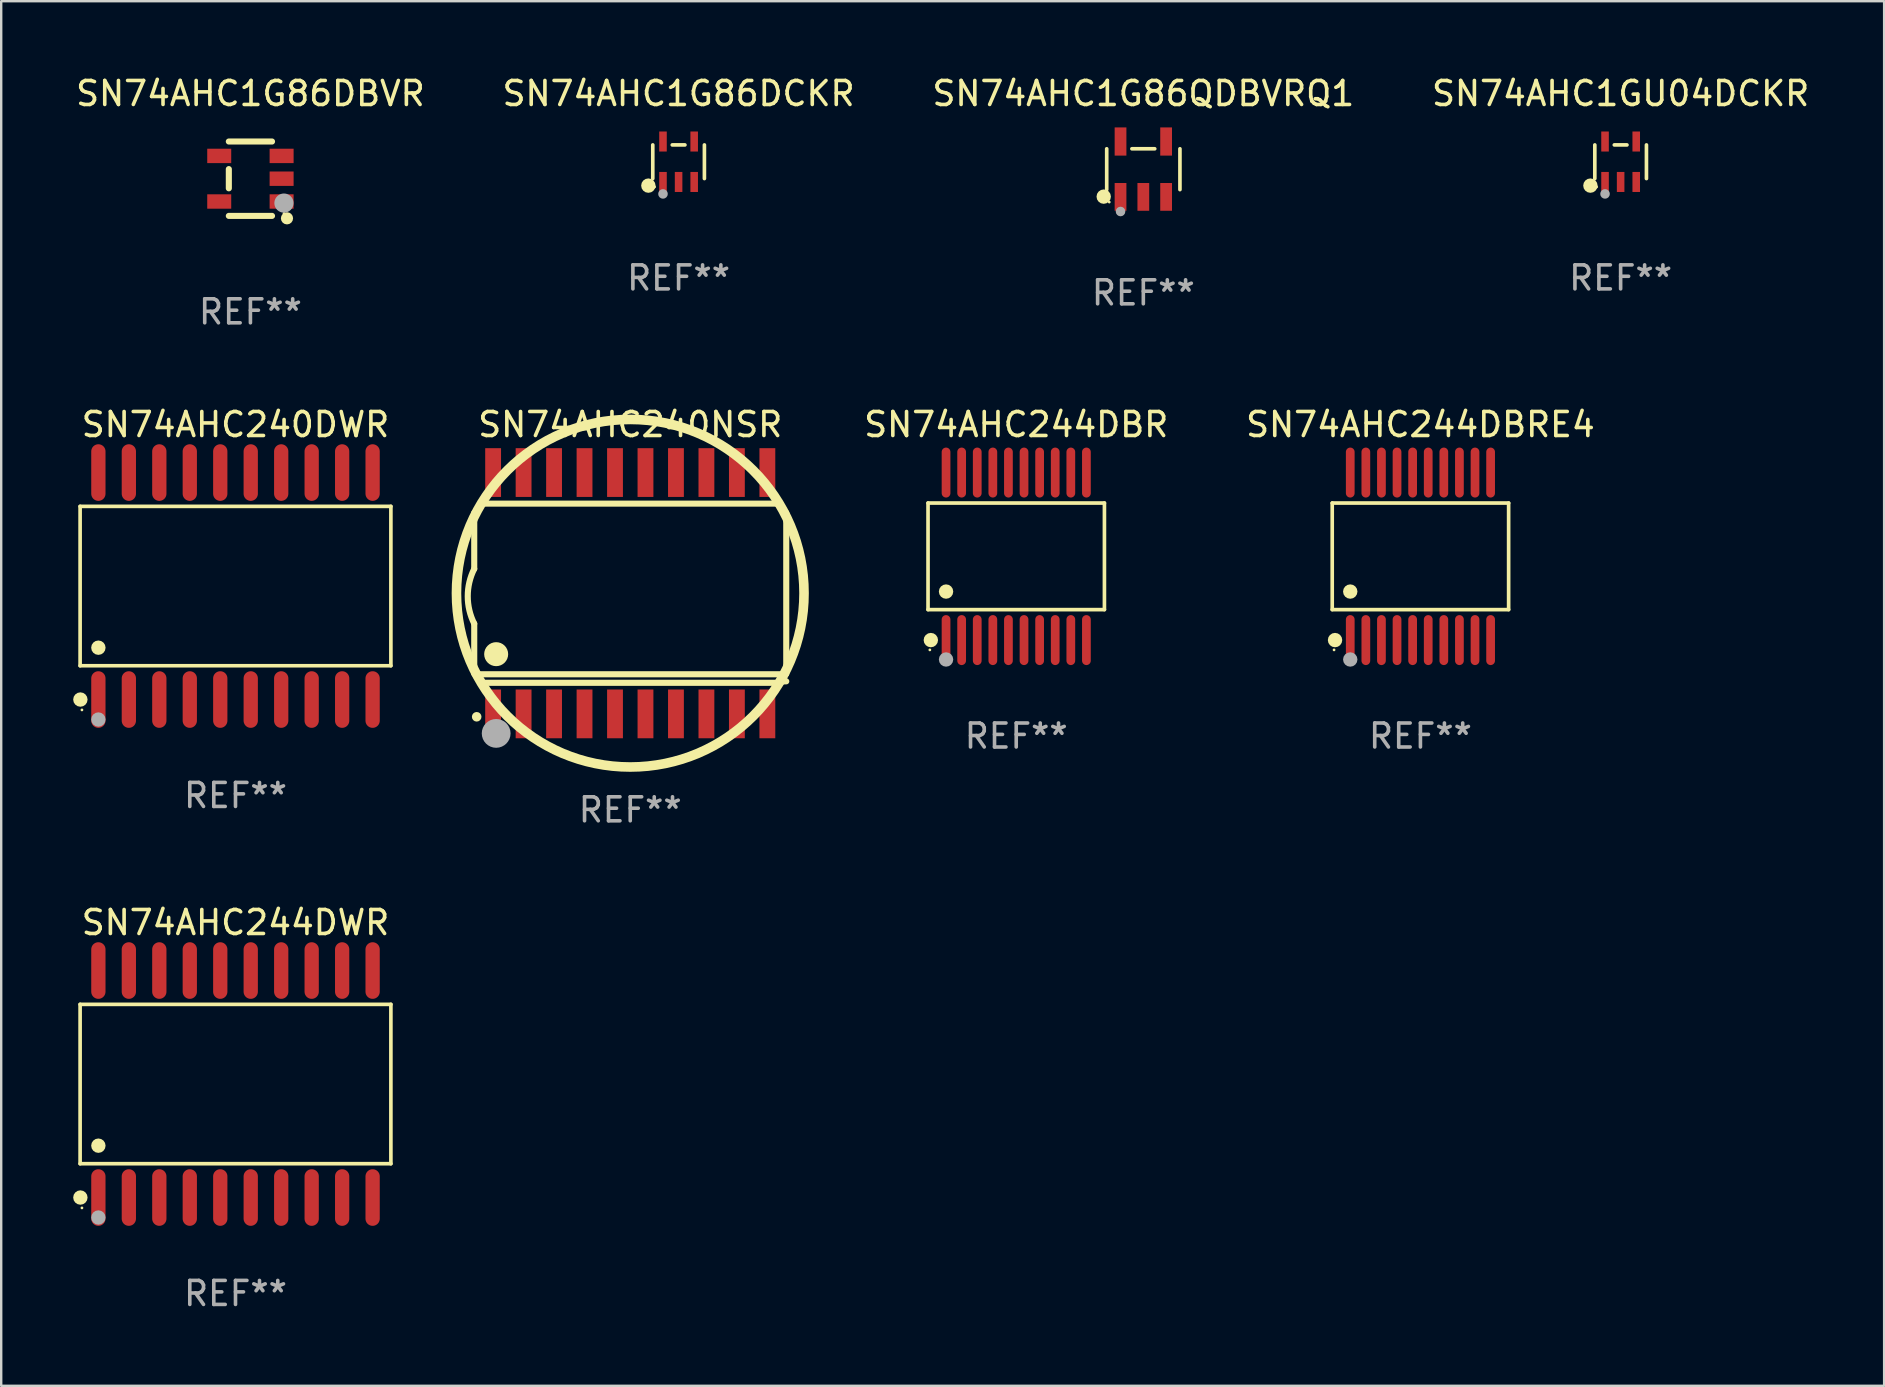
<source format=kicad_pcb>
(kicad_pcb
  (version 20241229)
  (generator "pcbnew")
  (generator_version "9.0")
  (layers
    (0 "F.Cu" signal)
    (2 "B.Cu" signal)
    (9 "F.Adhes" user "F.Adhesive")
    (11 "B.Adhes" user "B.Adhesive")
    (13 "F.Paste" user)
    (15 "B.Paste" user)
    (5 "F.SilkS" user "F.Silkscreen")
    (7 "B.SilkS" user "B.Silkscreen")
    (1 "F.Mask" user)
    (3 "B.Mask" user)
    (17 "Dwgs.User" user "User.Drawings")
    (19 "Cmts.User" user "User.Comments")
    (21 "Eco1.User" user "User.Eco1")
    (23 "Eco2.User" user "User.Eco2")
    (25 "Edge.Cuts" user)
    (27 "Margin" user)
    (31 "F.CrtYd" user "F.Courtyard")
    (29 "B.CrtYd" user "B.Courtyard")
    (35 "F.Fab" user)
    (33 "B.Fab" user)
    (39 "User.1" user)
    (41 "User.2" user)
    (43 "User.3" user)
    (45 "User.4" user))
  (footprint "SN74AHC244DBR"
    (layer "F.Cu")
    (at 39.304 20.136)
    (property "Reference" "SN74AHC244DBR" (at 0 -5.491 0) (layer "F.SilkS") (effects (font (size 1 1) (thickness 0.15))))
    (attr through_hole)
    (fp_line (start -3.676 -2.221) (end 3.676 -2.221) (stroke (width 0.152) (type solid)) (layer "F.SilkS"))
    (fp_line (start -3.676 2.221) (end -3.676 -2.221) (stroke (width 0.152) (type solid)) (layer "F.SilkS"))
    (fp_line (start 3.676 -2.221) (end 3.676 2.221) (stroke (width 0.152) (type solid)) (layer "F.SilkS"))
    (fp_line (start 3.676 2.221) (end -3.676 2.221) (stroke (width 0.152) (type solid)) (layer "F.SilkS"))
    (fp_circle (center -3.6 3.9) (end -3.57 3.9) (stroke (width 0.06) (type solid)) (fill no) (layer "F.SilkS"))
    (fp_circle (center -3.559 3.491) (end -3.409 3.491) (stroke (width 0.3) (type solid)) (fill no) (layer "F.SilkS"))
    (fp_circle (center -2.925 1.469) (end -2.775 1.469) (stroke (width 0.3) (type solid)) (fill no) (layer "F.SilkS"))
    (fp_circle (center -2.925 4.3) (end -2.775 4.3) (stroke (width 0.3) (type solid)) (fill no) (layer "F.Fab"))
    (fp_text user "REF**" (at 0 7.491 0) (layer "F.Fab") (effects (font (size 1 1) (thickness 0.15))))
    (pad "1" smd oval (at -2.925 3.491) (size 0.364 2.082) (layers "F.Cu" "F.Mask" "F.Paste"))
    (pad "2" smd oval (at -2.275 3.491) (size 0.364 2.082) (layers "F.Cu" "F.Mask" "F.Paste"))
    (pad "3" smd oval (at -1.625 3.491) (size 0.364 2.082) (layers "F.Cu" "F.Mask" "F.Paste"))
    (pad "4" smd oval (at -0.975 3.491) (size 0.364 2.082) (layers "F.Cu" "F.Mask" "F.Paste"))
    (pad "5" smd oval (at -0.325 3.491) (size 0.364 2.082) (layers "F.Cu" "F.Mask" "F.Paste"))
    (pad "6" smd oval (at 0.325 3.491) (size 0.364 2.082) (layers "F.Cu" "F.Mask" "F.Paste"))
    (pad "7" smd oval (at 0.975 3.491) (size 0.364 2.082) (layers "F.Cu" "F.Mask" "F.Paste"))
    (pad "8" smd oval (at 1.625 3.491) (size 0.364 2.082) (layers "F.Cu" "F.Mask" "F.Paste"))
    (pad "9" smd oval (at 2.275 3.491) (size 0.364 2.082) (layers "F.Cu" "F.Mask" "F.Paste"))
    (pad "10" smd oval (at 2.925 3.491) (size 0.364 2.082) (layers "F.Cu" "F.Mask" "F.Paste"))
    (pad "11" smd oval (at 2.925 -3.491) (size 0.364 2.082) (layers "F.Cu" "F.Mask" "F.Paste"))
    (pad "12" smd oval (at 2.275 -3.491) (size 0.364 2.082) (layers "F.Cu" "F.Mask" "F.Paste"))
    (pad "13" smd oval (at 1.625 -3.491) (size 0.364 2.082) (layers "F.Cu" "F.Mask" "F.Paste"))
    (pad "14" smd oval (at 0.975 -3.491) (size 0.364 2.082) (layers "F.Cu" "F.Mask" "F.Paste"))
    (pad "15" smd oval (at 0.325 -3.491) (size 0.364 2.082) (layers "F.Cu" "F.Mask" "F.Paste"))
    (pad "16" smd oval (at -0.325 -3.491) (size 0.364 2.082) (layers "F.Cu" "F.Mask" "F.Paste"))
    (pad "17" smd oval (at -0.975 -3.491) (size 0.364 2.082) (layers "F.Cu" "F.Mask" "F.Paste"))
    (pad "18" smd oval (at -1.625 -3.491) (size 0.364 2.082) (layers "F.Cu" "F.Mask" "F.Paste"))
    (pad "19" smd oval (at -2.275 -3.491) (size 0.364 2.082) (layers "F.Cu" "F.Mask" "F.Paste"))
    (pad "20" smd oval (at -2.925 -3.491) (size 0.364 2.082) (layers "F.Cu" "F.Mask" "F.Paste")))
  (footprint "SN74AHC240DWR"
    (layer "F.Cu")
    (at 6.765 21.375)
    (property "Reference" "SN74AHC240DWR" (at 0 -6.73 0) (layer "F.SilkS") (effects (font (size 1 1) (thickness 0.15))))
    (attr through_hole)
    (fp_line (start -6.476 -3.321) (end 6.476 -3.321) (stroke (width 0.152) (type solid)) (layer "F.SilkS"))
    (fp_line (start -6.476 3.321) (end -6.476 -3.321) (stroke (width 0.152) (type solid)) (layer "F.SilkS"))
    (fp_line (start 6.476 -3.321) (end 6.476 3.321) (stroke (width 0.152) (type solid)) (layer "F.SilkS"))
    (fp_line (start 6.476 3.321) (end -6.476 3.321) (stroke (width 0.152) (type solid)) (layer "F.SilkS"))
    (fp_circle (center -6.465 4.73) (end -6.315 4.73) (stroke (width 0.3) (type solid)) (fill no) (layer "F.SilkS"))
    (fp_circle (center -6.4 5.163) (end -6.37 5.163) (stroke (width 0.06) (type solid)) (fill no) (layer "F.SilkS"))
    (fp_circle (center -5.715 2.569) (end -5.565 2.569) (stroke (width 0.3) (type solid)) (fill no) (layer "F.SilkS"))
    (fp_circle (center -5.715 5.563) (end -5.565 5.563) (stroke (width 0.3) (type solid)) (fill no) (layer "F.Fab"))
    (fp_text user "REF**" (at 0 8.73 0) (layer "F.Fab") (effects (font (size 1 1) (thickness 0.15))))
    (pad "1" smd oval (at -5.715 4.73) (size 0.595 2.36) (layers "F.Cu" "F.Mask" "F.Paste"))
    (pad "2" smd oval (at -4.445 4.73) (size 0.595 2.36) (layers "F.Cu" "F.Mask" "F.Paste"))
    (pad "3" smd oval (at -3.175 4.73) (size 0.595 2.36) (layers "F.Cu" "F.Mask" "F.Paste"))
    (pad "4" smd oval (at -1.905 4.73) (size 0.595 2.36) (layers "F.Cu" "F.Mask" "F.Paste"))
    (pad "5" smd oval (at -0.635 4.73) (size 0.595 2.36) (layers "F.Cu" "F.Mask" "F.Paste"))
    (pad "6" smd oval (at 0.635 4.73) (size 0.595 2.36) (layers "F.Cu" "F.Mask" "F.Paste"))
    (pad "7" smd oval (at 1.905 4.73) (size 0.595 2.36) (layers "F.Cu" "F.Mask" "F.Paste"))
    (pad "8" smd oval (at 3.175 4.73) (size 0.595 2.36) (layers "F.Cu" "F.Mask" "F.Paste"))
    (pad "9" smd oval (at 4.445 4.73) (size 0.595 2.36) (layers "F.Cu" "F.Mask" "F.Paste"))
    (pad "10" smd oval (at 5.715 4.73) (size 0.595 2.36) (layers "F.Cu" "F.Mask" "F.Paste"))
    (pad "11" smd oval (at 5.715 -4.73) (size 0.595 2.36) (layers "F.Cu" "F.Mask" "F.Paste"))
    (pad "12" smd oval (at 4.445 -4.73) (size 0.595 2.36) (layers "F.Cu" "F.Mask" "F.Paste"))
    (pad "13" smd oval (at 3.175 -4.73) (size 0.595 2.36) (layers "F.Cu" "F.Mask" "F.Paste"))
    (pad "14" smd oval (at 1.905 -4.73) (size 0.595 2.36) (layers "F.Cu" "F.Mask" "F.Paste"))
    (pad "15" smd oval (at 0.635 -4.73) (size 0.595 2.36) (layers "F.Cu" "F.Mask" "F.Paste"))
    (pad "16" smd oval (at -0.635 -4.73) (size 0.595 2.36) (layers "F.Cu" "F.Mask" "F.Paste"))
    (pad "17" smd oval (at -1.905 -4.73) (size 0.595 2.36) (layers "F.Cu" "F.Mask" "F.Paste"))
    (pad "18" smd oval (at -3.175 -4.73) (size 0.595 2.36) (layers "F.Cu" "F.Mask" "F.Paste"))
    (pad "19" smd oval (at -4.445 -4.73) (size 0.595 2.36) (layers "F.Cu" "F.Mask" "F.Paste"))
    (pad "20" smd oval (at -5.715 -4.73) (size 0.595 2.36) (layers "F.Cu" "F.Mask" "F.Paste")))
  (footprint "SN74AHC244DWR"
    (layer "F.Cu")
    (at 6.765 42.13)
    (property "Reference" "SN74AHC244DWR" (at 0 -6.73 0) (layer "F.SilkS") (effects (font (size 1 1) (thickness 0.15))))
    (attr through_hole)
    (fp_line (start -6.476 -3.321) (end 6.476 -3.321) (stroke (width 0.152) (type solid)) (layer "F.SilkS"))
    (fp_line (start -6.476 3.321) (end -6.476 -3.321) (stroke (width 0.152) (type solid)) (layer "F.SilkS"))
    (fp_line (start 6.476 -3.321) (end 6.476 3.321) (stroke (width 0.152) (type solid)) (layer "F.SilkS"))
    (fp_line (start 6.476 3.321) (end -6.476 3.321) (stroke (width 0.152) (type solid)) (layer "F.SilkS"))
    (fp_circle (center -6.465 4.73) (end -6.315 4.73) (stroke (width 0.3) (type solid)) (fill no) (layer "F.SilkS"))
    (fp_circle (center -6.4 5.163) (end -6.37 5.163) (stroke (width 0.06) (type solid)) (fill no) (layer "F.SilkS"))
    (fp_circle (center -5.715 2.569) (end -5.565 2.569) (stroke (width 0.3) (type solid)) (fill no) (layer "F.SilkS"))
    (fp_circle (center -5.715 5.563) (end -5.565 5.563) (stroke (width 0.3) (type solid)) (fill no) (layer "F.Fab"))
    (fp_text user "REF**" (at 0 8.73 0) (layer "F.Fab") (effects (font (size 1 1) (thickness 0.15))))
    (pad "1" smd oval (at -5.715 4.73) (size 0.595 2.36) (layers "F.Cu" "F.Mask" "F.Paste"))
    (pad "2" smd oval (at -4.445 4.73) (size 0.595 2.36) (layers "F.Cu" "F.Mask" "F.Paste"))
    (pad "3" smd oval (at -3.175 4.73) (size 0.595 2.36) (layers "F.Cu" "F.Mask" "F.Paste"))
    (pad "4" smd oval (at -1.905 4.73) (size 0.595 2.36) (layers "F.Cu" "F.Mask" "F.Paste"))
    (pad "5" smd oval (at -0.635 4.73) (size 0.595 2.36) (layers "F.Cu" "F.Mask" "F.Paste"))
    (pad "6" smd oval (at 0.635 4.73) (size 0.595 2.36) (layers "F.Cu" "F.Mask" "F.Paste"))
    (pad "7" smd oval (at 1.905 4.73) (size 0.595 2.36) (layers "F.Cu" "F.Mask" "F.Paste"))
    (pad "8" smd oval (at 3.175 4.73) (size 0.595 2.36) (layers "F.Cu" "F.Mask" "F.Paste"))
    (pad "9" smd oval (at 4.445 4.73) (size 0.595 2.36) (layers "F.Cu" "F.Mask" "F.Paste"))
    (pad "10" smd oval (at 5.715 4.73) (size 0.595 2.36) (layers "F.Cu" "F.Mask" "F.Paste"))
    (pad "11" smd oval (at 5.715 -4.73) (size 0.595 2.36) (layers "F.Cu" "F.Mask" "F.Paste"))
    (pad "12" smd oval (at 4.445 -4.73) (size 0.595 2.36) (layers "F.Cu" "F.Mask" "F.Paste"))
    (pad "13" smd oval (at 3.175 -4.73) (size 0.595 2.36) (layers "F.Cu" "F.Mask" "F.Paste"))
    (pad "14" smd oval (at 1.905 -4.73) (size 0.595 2.36) (layers "F.Cu" "F.Mask" "F.Paste"))
    (pad "15" smd oval (at 0.635 -4.73) (size 0.595 2.36) (layers "F.Cu" "F.Mask" "F.Paste"))
    (pad "16" smd oval (at -0.635 -4.73) (size 0.595 2.36) (layers "F.Cu" "F.Mask" "F.Paste"))
    (pad "17" smd oval (at -1.905 -4.73) (size 0.595 2.36) (layers "F.Cu" "F.Mask" "F.Paste"))
    (pad "18" smd oval (at -3.175 -4.73) (size 0.595 2.36) (layers "F.Cu" "F.Mask" "F.Paste"))
    (pad "19" smd oval (at -4.445 -4.73) (size 0.595 2.36) (layers "F.Cu" "F.Mask" "F.Paste"))
    (pad "20" smd oval (at -5.715 -4.73) (size 0.595 2.36) (layers "F.Cu" "F.Mask" "F.Paste")))
  (footprint "SN74AHC1G86QDBVRQ1"
    (layer "F.Cu")
    (at 44.601 4.002)
    (property "Reference" "SN74AHC1G86QDBVRQ1" (at 0 -3.154 0) (layer "F.SilkS") (effects (font (size 1 1) (thickness 0.15))))
    (attr through_hole)
    (fp_line (start -1.526 0.851) (end -1.526 -0.851) (stroke (width 0.152) (type solid)) (layer "F.SilkS"))
    (fp_line (start 0.476 -0.851) (end -0.476 -0.851) (stroke (width 0.152) (type solid)) (layer "F.SilkS"))
    (fp_line (start 1.526 0.851) (end 1.526 -0.851) (stroke (width 0.152) (type solid)) (layer "F.SilkS"))
    (fp_circle (center -1.651 1.143) (end -1.501 1.143) (stroke (width 0.3) (type solid)) (fill no) (layer "F.SilkS"))
    (fp_circle (center -1.42 1.37) (end -1.39 1.37) (stroke (width 0.06) (type solid)) (fill no) (layer "F.SilkS"))
    (fp_circle (center -0.95 1.763) (end -0.85 1.763) (stroke (width 0.2) (type solid)) (fill no) (layer "F.Fab"))
    (fp_text user "REF**" (at 0 5.154 0) (layer "F.Fab") (effects (font (size 1 1) (thickness 0.15))))
    (pad "1" smd rect (at -0.95 1.154) (size 0.49 1.157) (layers "F.Cu" "F.Mask" "F.Paste"))
    (pad "2" smd rect (at 0 1.154) (size 0.49 1.157) (layers "F.Cu" "F.Mask" "F.Paste"))
    (pad "3" smd rect (at 0.95 1.154) (size 0.49 1.157) (layers "F.Cu" "F.Mask" "F.Paste"))
    (pad "4" smd rect (at 0.95 -1.154) (size 0.49 1.175) (layers "F.Cu" "F.Mask" "F.Paste"))
    (pad "5" smd rect (at -0.95 -1.154) (size 0.49 1.175) (layers "F.Cu" "F.Mask" "F.Paste")))
  (footprint "SN74AHC1GU04DCKR"
    (layer "F.Cu")
    (at 64.494 3.691)
    (property "Reference" "SN74AHC1GU04DCKR" (at 0 -2.843 0) (layer "F.SilkS") (effects (font (size 1 1) (thickness 0.15))))
    (attr through_hole)
    (fp_line (start -1.076 0.701) (end -1.076 -0.701) (stroke (width 0.152) (type solid)) (layer "F.SilkS"))
    (fp_line (start 0.264 -0.701) (end -0.264 -0.701) (stroke (width 0.152) (type solid)) (layer "F.SilkS"))
    (fp_line (start 1.076 0.701) (end 1.076 -0.701) (stroke (width 0.152) (type solid)) (layer "F.SilkS"))
    (fp_circle (center -1.26 0.995) (end -1.11 0.995) (stroke (width 0.3) (type solid)) (fill no) (layer "F.SilkS"))
    (fp_circle (center -1 1.05) (end -0.97 1.05) (stroke (width 0.06) (type solid)) (fill no) (layer "F.SilkS"))
    (fp_circle (center -0.65 1.341) (end -0.55 1.341) (stroke (width 0.2) (type solid)) (fill no) (layer "F.Fab"))
    (fp_text user "REF**" (at 0 4.843 0) (layer "F.Fab") (effects (font (size 1 1) (thickness 0.15))))
    (pad "1" smd rect (at -0.65 0.843) (size 0.315 0.835) (layers "F.Cu" "F.Mask" "F.Paste"))
    (pad "2" smd rect (at 0.00014 0.843) (size 0.315 0.835) (layers "F.Cu" "F.Mask" "F.Paste"))
    (pad "3" smd rect (at 0.65 0.843) (size 0.315 0.835) (layers "F.Cu" "F.Mask" "F.Paste"))
    (pad "4" smd rect (at 0.65 -0.843) (size 0.315 0.835) (layers "F.Cu" "F.Mask" "F.Paste"))
    (pad "5" smd rect (at -0.65 -0.843) (size 0.315 0.835) (layers "F.Cu" "F.Mask" "F.Paste")))
  (footprint "SN74AHC1G86DCKR"
    (layer "F.Cu")
    (at 25.232 3.691)
    (property "Reference" "SN74AHC1G86DCKR" (at 0 -2.843 0) (layer "F.SilkS") (effects (font (size 1 1) (thickness 0.15))))
    (attr through_hole)
    (fp_line (start -1.076 0.701) (end -1.076 -0.701) (stroke (width 0.152) (type solid)) (layer "F.SilkS"))
    (fp_line (start 0.264 -0.701) (end -0.264 -0.701) (stroke (width 0.152) (type solid)) (layer "F.SilkS"))
    (fp_line (start 1.076 0.701) (end 1.076 -0.701) (stroke (width 0.152) (type solid)) (layer "F.SilkS"))
    (fp_circle (center -1.26 0.995) (end -1.11 0.995) (stroke (width 0.3) (type solid)) (fill no) (layer "F.SilkS"))
    (fp_circle (center -1 1.05) (end -0.97 1.05) (stroke (width 0.06) (type solid)) (fill no) (layer "F.SilkS"))
    (fp_circle (center -0.65 1.341) (end -0.55 1.341) (stroke (width 0.2) (type solid)) (fill no) (layer "F.Fab"))
    (fp_text user "REF**" (at 0 4.843 0) (layer "F.Fab") (effects (font (size 1 1) (thickness 0.15))))
    (pad "1" smd rect (at -0.65 0.843) (size 0.315 0.835) (layers "F.Cu" "F.Mask" "F.Paste"))
    (pad "2" smd rect (at 0.00014 0.843) (size 0.315 0.835) (layers "F.Cu" "F.Mask" "F.Paste"))
    (pad "3" smd rect (at 0.65 0.843) (size 0.315 0.835) (layers "F.Cu" "F.Mask" "F.Paste"))
    (pad "4" smd rect (at 0.65 -0.843) (size 0.315 0.835) (layers "F.Cu" "F.Mask" "F.Paste"))
    (pad "5" smd rect (at -0.65 -0.843) (size 0.315 0.835) (layers "F.Cu" "F.Mask" "F.Paste")))
  (footprint "SN74AHC244DBRE4"
    (layer "F.Cu")
    (at 56.15 20.136)
    (property "Reference" "SN74AHC244DBRE4" (at 0 -5.491 0) (layer "F.SilkS") (effects (font (size 1 1) (thickness 0.15))))
    (attr through_hole)
    (fp_line (start -3.676 -2.221) (end 3.676 -2.221) (stroke (width 0.152) (type solid)) (layer "F.SilkS"))
    (fp_line (start -3.676 2.221) (end -3.676 -2.221) (stroke (width 0.152) (type solid)) (layer "F.SilkS"))
    (fp_line (start 3.676 -2.221) (end 3.676 2.221) (stroke (width 0.152) (type solid)) (layer "F.SilkS"))
    (fp_line (start 3.676 2.221) (end -3.676 2.221) (stroke (width 0.152) (type solid)) (layer "F.SilkS"))
    (fp_circle (center -3.6 3.9) (end -3.57 3.9) (stroke (width 0.06) (type solid)) (fill no) (layer "F.SilkS"))
    (fp_circle (center -3.559 3.491) (end -3.409 3.491) (stroke (width 0.3) (type solid)) (fill no) (layer "F.SilkS"))
    (fp_circle (center -2.925 1.469) (end -2.775 1.469) (stroke (width 0.3) (type solid)) (fill no) (layer "F.SilkS"))
    (fp_circle (center -2.925 4.3) (end -2.775 4.3) (stroke (width 0.3) (type solid)) (fill no) (layer "F.Fab"))
    (fp_text user "REF**" (at 0 7.491 0) (layer "F.Fab") (effects (font (size 1 1) (thickness 0.15))))
    (pad "1" smd oval (at -2.925 3.491) (size 0.364 2.082) (layers "F.Cu" "F.Mask" "F.Paste"))
    (pad "2" smd oval (at -2.275 3.491) (size 0.364 2.082) (layers "F.Cu" "F.Mask" "F.Paste"))
    (pad "3" smd oval (at -1.625 3.491) (size 0.364 2.082) (layers "F.Cu" "F.Mask" "F.Paste"))
    (pad "4" smd oval (at -0.975 3.491) (size 0.364 2.082) (layers "F.Cu" "F.Mask" "F.Paste"))
    (pad "5" smd oval (at -0.325 3.491) (size 0.364 2.082) (layers "F.Cu" "F.Mask" "F.Paste"))
    (pad "6" smd oval (at 0.325 3.491) (size 0.364 2.082) (layers "F.Cu" "F.Mask" "F.Paste"))
    (pad "7" smd oval (at 0.975 3.491) (size 0.364 2.082) (layers "F.Cu" "F.Mask" "F.Paste"))
    (pad "8" smd oval (at 1.625 3.491) (size 0.364 2.082) (layers "F.Cu" "F.Mask" "F.Paste"))
    (pad "9" smd oval (at 2.275 3.491) (size 0.364 2.082) (layers "F.Cu" "F.Mask" "F.Paste"))
    (pad "10" smd oval (at 2.925 3.491) (size 0.364 2.082) (layers "F.Cu" "F.Mask" "F.Paste"))
    (pad "11" smd oval (at 2.925 -3.491) (size 0.364 2.082) (layers "F.Cu" "F.Mask" "F.Paste"))
    (pad "12" smd oval (at 2.275 -3.491) (size 0.364 2.082) (layers "F.Cu" "F.Mask" "F.Paste"))
    (pad "13" smd oval (at 1.625 -3.491) (size 0.364 2.082) (layers "F.Cu" "F.Mask" "F.Paste"))
    (pad "14" smd oval (at 0.975 -3.491) (size 0.364 2.082) (layers "F.Cu" "F.Mask" "F.Paste"))
    (pad "15" smd oval (at 0.325 -3.491) (size 0.364 2.082) (layers "F.Cu" "F.Mask" "F.Paste"))
    (pad "16" smd oval (at -0.325 -3.491) (size 0.364 2.082) (layers "F.Cu" "F.Mask" "F.Paste"))
    (pad "17" smd oval (at -0.975 -3.491) (size 0.364 2.082) (layers "F.Cu" "F.Mask" "F.Paste"))
    (pad "18" smd oval (at -1.625 -3.491) (size 0.364 2.082) (layers "F.Cu" "F.Mask" "F.Paste"))
    (pad "19" smd oval (at -2.275 -3.491) (size 0.364 2.082) (layers "F.Cu" "F.Mask" "F.Paste"))
    (pad "20" smd oval (at -2.925 -3.491) (size 0.364 2.082) (layers "F.Cu" "F.Mask" "F.Paste")))
  (footprint "SN74AHC1G86DBVR"
    (layer "F.Cu")
    (at 7.387 4.398)
    (property "Reference" "SN74AHC1G86DBVR" (at 0 -3.55 0) (layer "F.SilkS") (effects (font (size 1 1) (thickness 0.15))))
    (attr through_hole)
    (fp_line (start -0.9 -1.55) (end 0.9 -1.55) (stroke (width 0.254) (type solid)) (layer "F.SilkS"))
    (fp_line (start -0.9 0.4) (end -0.9 -0.4) (stroke (width 0.254) (type solid)) (layer "F.SilkS"))
    (fp_line (start -0.9 1.55) (end 0.9 1.55) (stroke (width 0.254) (type solid)) (layer "F.SilkS"))
    (fp_circle (center 1.4 1.45) (end 1.43 1.45) (stroke (width 0.06) (type solid)) (fill no) (layer "F.SilkS"))
    (fp_circle (center 1.524 1.651) (end 1.651 1.651) (stroke (width 0.254) (type solid)) (fill no) (layer "F.SilkS"))
    (fp_circle (center 1.397 1.016) (end 1.597 1.016) (stroke (width 0.4) (type solid)) (fill no) (layer "F.Fab"))
    (fp_text user "REF**" (at 0 5.55 0) (layer "F.Fab") (effects (font (size 1 1) (thickness 0.15))))
    (pad "1" smd rect (at 1.3 0.95) (size 1 0.6) (layers "F.Cu" "F.Mask" "F.Paste"))
    (pad "2" smd rect (at 1.3 -0.000051) (size 1 0.6) (layers "F.Cu" "F.Mask" "F.Paste"))
    (pad "3" smd rect (at 1.3 -0.95) (size 1 0.6) (layers "F.Cu" "F.Mask" "F.Paste"))
    (pad "4" smd rect (at -1.3 -0.95) (size 1 0.6) (layers "F.Cu" "F.Mask" "F.Paste"))
    (pad "5" smd rect (at -1.3 0.95) (size 1 0.6) (layers "F.Cu" "F.Mask" "F.Paste")))
  (footprint "SN74AHC240NSR"
    (layer "F.Cu")
    (at 23.217 21.674)
    (property "Reference" "SN74AHC240NSR" (at 0 -7.029 0) (layer "F.SilkS") (effects (font (size 1 1) (thickness 0.15))))
    (attr through_hole)
    (fp_line (start -6.502 -3.353) (end -6.502 -1.016) (stroke (width 0.254) (type solid)) (layer "F.SilkS"))
    (fp_line (start -6.502 3.353) (end -6.502 1.27) (stroke (width 0.254) (type solid)) (layer "F.SilkS"))
    (fp_line (start -6.477 3.378) (end 6.477 3.378) (stroke (width 0.254) (type solid)) (layer "F.SilkS"))
    (fp_line (start -6.121 3.734) (end 6.121 3.734) (stroke (width 0.254) (type solid)) (layer "F.SilkS"))
    (fp_line (start 6.121 -3.734) (end -6.121 -3.734) (stroke (width 0.254) (type solid)) (layer "F.SilkS"))
    (fp_line (start 6.502 3.353) (end 6.502 -3.353) (stroke (width 0.254) (type solid)) (layer "F.SilkS"))
    (fp_arc (start -6.502413 1.270003) (mid -6.77224 0.127) (end -6.502413 -1.016002) (stroke (width 0.254001) (type solid)) (layer "F.SilkS"))
    (fp_arc (start -6.502411 3.35281) (mid 6.502389 -3.352788) (end -6.502411 3.35281) (stroke (width 0.254001) (type solid)) (layer "F.SilkS"))
    (fp_arc (start 6.121389 -3.73379) (mid -6.121367 3.733768) (end 6.121389 -3.73379) (stroke (width 0.254001) (type solid)) (layer "F.SilkS"))
    (fp_arc (start 6.121389 3.73381) (mid 6.309409 3.687656) (end 6.502389 3.672138) (stroke (width 0.254001) (type solid)) (layer "F.SilkS"))
    (fp_circle (center -6.4 5.15) (end -6.3 5.15) (stroke (width 0.2) (type solid)) (fill no) (layer "F.SilkS"))
    (fp_circle (center -5.588 2.54) (end -5.338 2.54) (stroke (width 0.5) (type solid)) (fill no) (layer "F.SilkS"))
    (fp_circle (center -5.588 5.842) (end -5.288 5.842) (stroke (width 0.6) (type solid)) (fill no) (layer "F.Fab"))
    (fp_text user "REF**" (at 0 9.029 0) (layer "F.Fab") (effects (font (size 1 1) (thickness 0.15))))
    (pad "1" smd rect (at -5.715 5.029) (size 0.66 2.032) (layers "F.Cu" "F.Mask" "F.Paste"))
    (pad "2" smd rect (at -4.445 5.029) (size 0.66 2.032) (layers "F.Cu" "F.Mask" "F.Paste"))
    (pad "3" smd rect (at -3.175 5.029) (size 0.66 2.032) (layers "F.Cu" "F.Mask" "F.Paste"))
    (pad "4" smd rect (at -1.905 5.029) (size 0.66 2.032) (layers "F.Cu" "F.Mask" "F.Paste"))
    (pad "5" smd rect (at -0.635 5.029) (size 0.66 2.032) (layers "F.Cu" "F.Mask" "F.Paste"))
    (pad "6" smd rect (at 0.635 5.029) (size 0.66 2.032) (layers "F.Cu" "F.Mask" "F.Paste"))
    (pad "7" smd rect (at 1.905 5.029) (size 0.66 2.032) (layers "F.Cu" "F.Mask" "F.Paste"))
    (pad "8" smd rect (at 3.175 5.029) (size 0.66 2.032) (layers "F.Cu" "F.Mask" "F.Paste"))
    (pad "9" smd rect (at 4.445 5.029) (size 0.66 2.032) (layers "F.Cu" "F.Mask" "F.Paste"))
    (pad "10" smd rect (at 5.715 5.029) (size 0.66 2.032) (layers "F.Cu" "F.Mask" "F.Paste"))
    (pad "11" smd rect (at 5.715 -5.029) (size 0.66 2.032) (layers "F.Cu" "F.Mask" "F.Paste"))
    (pad "12" smd rect (at 4.445 -5.029) (size 0.66 2.032) (layers "F.Cu" "F.Mask" "F.Paste"))
    (pad "13" smd rect (at 3.175 -5.029) (size 0.66 2.032) (layers "F.Cu" "F.Mask" "F.Paste"))
    (pad "14" smd rect (at 1.905 -5.029) (size 0.66 2.032) (layers "F.Cu" "F.Mask" "F.Paste"))
    (pad "15" smd rect (at 0.635 -5.029) (size 0.66 2.032) (layers "F.Cu" "F.Mask" "F.Paste"))
    (pad "16" smd rect (at -0.635 -5.029) (size 0.66 2.032) (layers "F.Cu" "F.Mask" "F.Paste"))
    (pad "17" smd rect (at -1.905 -5.029) (size 0.66 2.032) (layers "F.Cu" "F.Mask" "F.Paste"))
    (pad "18" smd rect (at -3.175 -5.029) (size 0.66 2.032) (layers "F.Cu" "F.Mask" "F.Paste"))
    (pad "19" smd rect (at -4.445 -5.029) (size 0.66 2.032) (layers "F.Cu" "F.Mask" "F.Paste"))
    (pad "20" smd rect (at -5.715 -5.029) (size 0.66 2.032) (layers "F.Cu" "F.Mask" "F.Paste")))
  (gr_rect
    (start -3 -3)
    (end 75.476 54.708)
    (stroke (width 0.1) (type default))
    (fill no)
    (layer "Edge.Cuts")))
</source>
